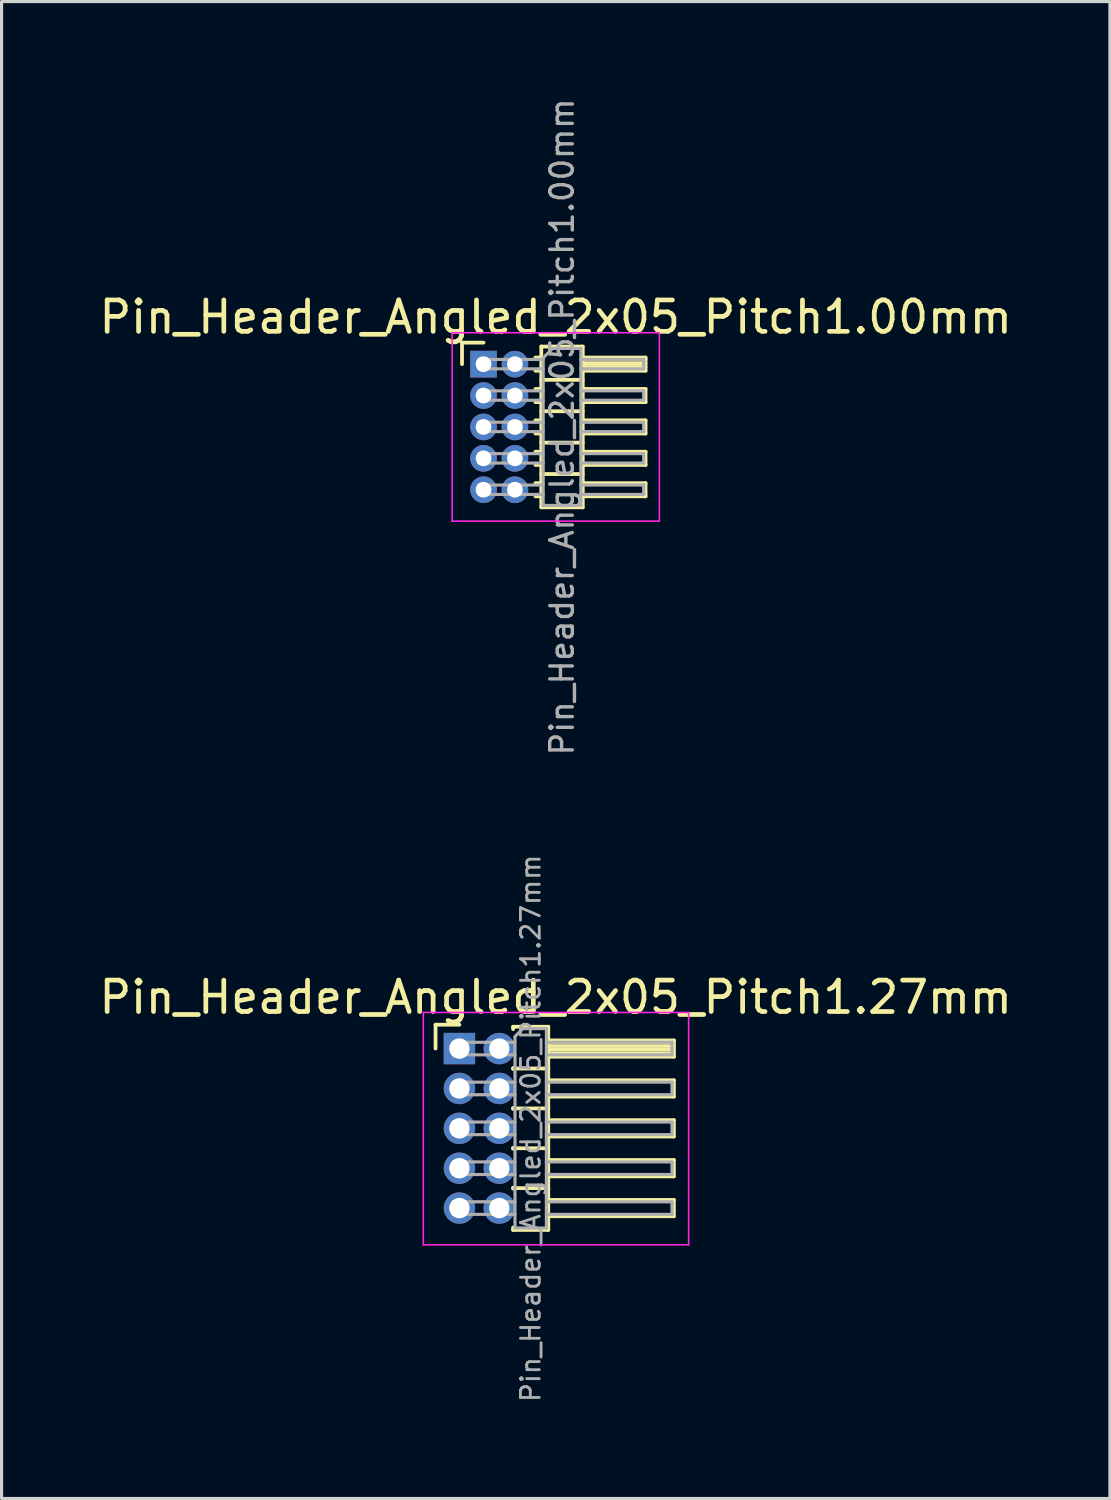
<source format=kicad_pcb>
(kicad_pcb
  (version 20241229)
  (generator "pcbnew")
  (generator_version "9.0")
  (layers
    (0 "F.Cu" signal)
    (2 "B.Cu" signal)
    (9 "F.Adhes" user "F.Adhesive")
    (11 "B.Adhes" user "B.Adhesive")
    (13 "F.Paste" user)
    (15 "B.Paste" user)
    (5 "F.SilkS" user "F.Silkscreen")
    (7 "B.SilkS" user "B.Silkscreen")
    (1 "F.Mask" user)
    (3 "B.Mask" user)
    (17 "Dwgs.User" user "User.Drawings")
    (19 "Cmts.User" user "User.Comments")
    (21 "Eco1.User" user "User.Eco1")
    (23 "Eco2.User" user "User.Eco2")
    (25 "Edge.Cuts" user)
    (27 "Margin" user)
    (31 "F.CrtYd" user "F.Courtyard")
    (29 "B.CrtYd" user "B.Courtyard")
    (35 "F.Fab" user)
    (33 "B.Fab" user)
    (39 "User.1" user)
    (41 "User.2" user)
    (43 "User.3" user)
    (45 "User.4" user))
  (footprint "Pin_Header_Angled_2x05_Pitch1.27mm"
    (layer "F.Cu")
    (at 11.581 30.344)
    (property "Reference" "Pin_Header_Angled_2x05_Pitch1.27mm" (at 3.067 -1.635 0) (layer "F.SilkS") (effects (font (size 1 1) (thickness 0.15))))
    (attr through_hole)
    (fp_line (start -0.76 -0.76) (end 0 -0.76) (stroke (width 0.12) (type solid)) (layer "F.SilkS"))
    (fp_line (start -0.76 0) (end -0.76 -0.76) (stroke (width 0.12) (type solid)) (layer "F.SilkS"))
    (fp_line (start 1.71 -0.695) (end 2.83 -0.695) (stroke (width 0.12) (type solid)) (layer "F.SilkS"))
    (fp_line (start 1.71 -0.62) (end 1.71 -0.695) (stroke (width 0.12) (type solid)) (layer "F.SilkS"))
    (fp_line (start 1.71 0.62) (end 1.71 0.65) (stroke (width 0.12) (type solid)) (layer "F.SilkS"))
    (fp_line (start 1.71 0.635) (end 2.83 0.635) (stroke (width 0.12) (type solid)) (layer "F.SilkS"))
    (fp_line (start 1.71 1.89) (end 1.71 1.92) (stroke (width 0.12) (type solid)) (layer "F.SilkS"))
    (fp_line (start 1.71 1.905) (end 2.83 1.905) (stroke (width 0.12) (type solid)) (layer "F.SilkS"))
    (fp_line (start 1.71 3.16) (end 1.71 3.19) (stroke (width 0.12) (type solid)) (layer "F.SilkS"))
    (fp_line (start 1.71 3.175) (end 2.83 3.175) (stroke (width 0.12) (type solid)) (layer "F.SilkS"))
    (fp_line (start 1.71 4.43) (end 1.71 4.46) (stroke (width 0.12) (type solid)) (layer "F.SilkS"))
    (fp_line (start 1.71 4.445) (end 2.83 4.445) (stroke (width 0.12) (type solid)) (layer "F.SilkS"))
    (fp_line (start 1.71 5.775) (end 1.71 5.7) (stroke (width 0.12) (type solid)) (layer "F.SilkS"))
    (fp_line (start 2.83 -0.695) (end 2.83 5.775) (stroke (width 0.12) (type solid)) (layer "F.SilkS"))
    (fp_line (start 2.83 -0.26) (end 6.83 -0.26) (stroke (width 0.12) (type solid)) (layer "F.SilkS"))
    (fp_line (start 2.83 -0.2) (end 6.83 -0.2) (stroke (width 0.12) (type solid)) (layer "F.SilkS"))
    (fp_line (start 2.83 -0.08) (end 6.83 -0.08) (stroke (width 0.12) (type solid)) (layer "F.SilkS"))
    (fp_line (start 2.83 0.04) (end 6.83 0.04) (stroke (width 0.12) (type solid)) (layer "F.SilkS"))
    (fp_line (start 2.83 0.16) (end 6.83 0.16) (stroke (width 0.12) (type solid)) (layer "F.SilkS"))
    (fp_line (start 2.83 1.01) (end 6.83 1.01) (stroke (width 0.12) (type solid)) (layer "F.SilkS"))
    (fp_line (start 2.83 2.28) (end 6.83 2.28) (stroke (width 0.12) (type solid)) (layer "F.SilkS"))
    (fp_line (start 2.83 3.55) (end 6.83 3.55) (stroke (width 0.12) (type solid)) (layer "F.SilkS"))
    (fp_line (start 2.83 4.82) (end 6.83 4.82) (stroke (width 0.12) (type solid)) (layer "F.SilkS"))
    (fp_line (start 2.83 5.775) (end 1.71 5.775) (stroke (width 0.12) (type solid)) (layer "F.SilkS"))
    (fp_line (start 6.83 -0.26) (end 6.83 0.26) (stroke (width 0.12) (type solid)) (layer "F.SilkS"))
    (fp_line (start 6.83 0.26) (end 2.83 0.26) (stroke (width 0.12) (type solid)) (layer "F.SilkS"))
    (fp_line (start 6.83 1.01) (end 6.83 1.53) (stroke (width 0.12) (type solid)) (layer "F.SilkS"))
    (fp_line (start 6.83 1.53) (end 2.83 1.53) (stroke (width 0.12) (type solid)) (layer "F.SilkS"))
    (fp_line (start 6.83 2.28) (end 6.83 2.8) (stroke (width 0.12) (type solid)) (layer "F.SilkS"))
    (fp_line (start 6.83 2.8) (end 2.83 2.8) (stroke (width 0.12) (type solid)) (layer "F.SilkS"))
    (fp_line (start 6.83 3.55) (end 6.83 4.07) (stroke (width 0.12) (type solid)) (layer "F.SilkS"))
    (fp_line (start 6.83 4.07) (end 2.83 4.07) (stroke (width 0.12) (type solid)) (layer "F.SilkS"))
    (fp_line (start 6.83 4.82) (end 6.83 5.34) (stroke (width 0.12) (type solid)) (layer "F.SilkS"))
    (fp_line (start 6.83 5.34) (end 2.83 5.34) (stroke (width 0.12) (type solid)) (layer "F.SilkS"))
    (fp_line (start -1.15 -1.15) (end -1.15 6.25) (stroke (width 0.05) (type solid)) (layer "F.CrtYd"))
    (fp_line (start -1.15 6.25) (end 7.3 6.25) (stroke (width 0.05) (type solid)) (layer "F.CrtYd"))
    (fp_line (start 7.3 -1.15) (end -1.15 -1.15) (stroke (width 0.05) (type solid)) (layer "F.CrtYd"))
    (fp_line (start 7.3 6.25) (end 7.3 -1.15) (stroke (width 0.05) (type solid)) (layer "F.CrtYd"))
    (fp_line (start -0.2 -0.2) (end -0.2 0.2) (stroke (width 0.1) (type solid)) (layer "F.Fab"))
    (fp_line (start -0.2 -0.2) (end 1.77 -0.2) (stroke (width 0.1) (type solid)) (layer "F.Fab"))
    (fp_line (start -0.2 0.2) (end 1.77 0.2) (stroke (width 0.1) (type solid)) (layer "F.Fab"))
    (fp_line (start -0.2 1.07) (end -0.2 1.47) (stroke (width 0.1) (type solid)) (layer "F.Fab"))
    (fp_line (start -0.2 1.07) (end 1.77 1.07) (stroke (width 0.1) (type solid)) (layer "F.Fab"))
    (fp_line (start -0.2 1.47) (end 1.77 1.47) (stroke (width 0.1) (type solid)) (layer "F.Fab"))
    (fp_line (start -0.2 2.34) (end -0.2 2.74) (stroke (width 0.1) (type solid)) (layer "F.Fab"))
    (fp_line (start -0.2 2.34) (end 1.77 2.34) (stroke (width 0.1) (type solid)) (layer "F.Fab"))
    (fp_line (start -0.2 2.74) (end 1.77 2.74) (stroke (width 0.1) (type solid)) (layer "F.Fab"))
    (fp_line (start -0.2 3.61) (end -0.2 4.01) (stroke (width 0.1) (type solid)) (layer "F.Fab"))
    (fp_line (start -0.2 3.61) (end 1.77 3.61) (stroke (width 0.1) (type solid)) (layer "F.Fab"))
    (fp_line (start -0.2 4.01) (end 1.77 4.01) (stroke (width 0.1) (type solid)) (layer "F.Fab"))
    (fp_line (start -0.2 4.88) (end -0.2 5.28) (stroke (width 0.1) (type solid)) (layer "F.Fab"))
    (fp_line (start -0.2 4.88) (end 1.77 4.88) (stroke (width 0.1) (type solid)) (layer "F.Fab"))
    (fp_line (start -0.2 5.28) (end 1.77 5.28) (stroke (width 0.1) (type solid)) (layer "F.Fab"))
    (fp_line (start 1.77 -0.385) (end 2.02 -0.635) (stroke (width 0.1) (type solid)) (layer "F.Fab"))
    (fp_line (start 1.77 5.715) (end 1.77 -0.385) (stroke (width 0.1) (type solid)) (layer "F.Fab"))
    (fp_line (start 2.02 -0.635) (end 2.77 -0.635) (stroke (width 0.1) (type solid)) (layer "F.Fab"))
    (fp_line (start 2.77 -0.635) (end 2.77 5.715) (stroke (width 0.1) (type solid)) (layer "F.Fab"))
    (fp_line (start 2.77 -0.2) (end 6.77 -0.2) (stroke (width 0.1) (type solid)) (layer "F.Fab"))
    (fp_line (start 2.77 0.2) (end 6.77 0.2) (stroke (width 0.1) (type solid)) (layer "F.Fab"))
    (fp_line (start 2.77 1.07) (end 6.77 1.07) (stroke (width 0.1) (type solid)) (layer "F.Fab"))
    (fp_line (start 2.77 1.47) (end 6.77 1.47) (stroke (width 0.1) (type solid)) (layer "F.Fab"))
    (fp_line (start 2.77 2.34) (end 6.77 2.34) (stroke (width 0.1) (type solid)) (layer "F.Fab"))
    (fp_line (start 2.77 2.74) (end 6.77 2.74) (stroke (width 0.1) (type solid)) (layer "F.Fab"))
    (fp_line (start 2.77 3.61) (end 6.77 3.61) (stroke (width 0.1) (type solid)) (layer "F.Fab"))
    (fp_line (start 2.77 4.01) (end 6.77 4.01) (stroke (width 0.1) (type solid)) (layer "F.Fab"))
    (fp_line (start 2.77 4.88) (end 6.77 4.88) (stroke (width 0.1) (type solid)) (layer "F.Fab"))
    (fp_line (start 2.77 5.28) (end 6.77 5.28) (stroke (width 0.1) (type solid)) (layer "F.Fab"))
    (fp_line (start 2.77 5.715) (end 1.77 5.715) (stroke (width 0.1) (type solid)) (layer "F.Fab"))
    (fp_line (start 6.77 -0.2) (end 6.77 0.2) (stroke (width 0.1) (type solid)) (layer "F.Fab"))
    (fp_line (start 6.77 1.07) (end 6.77 1.47) (stroke (width 0.1) (type solid)) (layer "F.Fab"))
    (fp_line (start 6.77 2.34) (end 6.77 2.74) (stroke (width 0.1) (type solid)) (layer "F.Fab"))
    (fp_line (start 6.77 3.61) (end 6.77 4.01) (stroke (width 0.1) (type solid)) (layer "F.Fab"))
    (fp_line (start 6.77 4.88) (end 6.77 5.28) (stroke (width 0.1) (type solid)) (layer "F.Fab"))
    (fp_text user "${REFERENCE}" (at 2.27 2.54 90) (layer "F.Fab") (effects (font (size 0.6 0.6) (thickness 0.09))))
    (pad "1" thru_hole rect (at 0 0) (size 1 1) (drill 0.65) (layers "*.Cu" "*.Mask"))
    (pad "2" thru_hole oval (at 1.27 0) (size 1 1) (drill 0.65) (layers "*.Cu" "*.Mask"))
    (pad "3" thru_hole oval (at 0 1.27) (size 1 1) (drill 0.65) (layers "*.Cu" "*.Mask"))
    (pad "4" thru_hole oval (at 1.27 1.27) (size 1 1) (drill 0.65) (layers "*.Cu" "*.Mask"))
    (pad "5" thru_hole oval (at 0 2.54) (size 1 1) (drill 0.65) (layers "*.Cu" "*.Mask"))
    (pad "6" thru_hole oval (at 1.27 2.54) (size 1 1) (drill 0.65) (layers "*.Cu" "*.Mask"))
    (pad "7" thru_hole oval (at 0 3.81) (size 1 1) (drill 0.65) (layers "*.Cu" "*.Mask"))
    (pad "8" thru_hole oval (at 1.27 3.81) (size 1 1) (drill 0.65) (layers "*.Cu" "*.Mask"))
    (pad "9" thru_hole oval (at 0 5.08) (size 1 1) (drill 0.65) (layers "*.Cu" "*.Mask"))
    (pad "10" thru_hole oval (at 1.27 5.08) (size 1 1) (drill 0.65) (layers "*.Cu" "*.Mask")))
  (footprint "Pin_Header_Angled_2x05_Pitch1.00mm"
    (layer "F.Cu")
    (at 12.349 8.547)
    (property "Reference" "Pin_Header_Angled_2x05_Pitch1.00mm" (at 2.3 -1.5 0) (layer "F.SilkS") (effects (font (size 1 1) (thickness 0.15))))
    (attr through_hole)
    (fp_line (start -0.685 -0.685) (end 0 -0.685) (stroke (width 0.12) (type solid)) (layer "F.SilkS"))
    (fp_line (start -0.685 0) (end -0.685 -0.685) (stroke (width 0.12) (type solid)) (layer "F.SilkS"))
    (fp_line (start 1.652 -0.21) (end 1.84 -0.21) (stroke (width 0.12) (type solid)) (layer "F.SilkS"))
    (fp_line (start 1.652 0.21) (end 1.84 0.21) (stroke (width 0.12) (type solid)) (layer "F.SilkS"))
    (fp_line (start 1.652 0.79) (end 1.84 0.79) (stroke (width 0.12) (type solid)) (layer "F.SilkS"))
    (fp_line (start 1.652 1.21) (end 1.84 1.21) (stroke (width 0.12) (type solid)) (layer "F.SilkS"))
    (fp_line (start 1.652 1.79) (end 1.84 1.79) (stroke (width 0.12) (type solid)) (layer "F.SilkS"))
    (fp_line (start 1.652 2.21) (end 1.84 2.21) (stroke (width 0.12) (type solid)) (layer "F.SilkS"))
    (fp_line (start 1.652 2.79) (end 1.84 2.79) (stroke (width 0.12) (type solid)) (layer "F.SilkS"))
    (fp_line (start 1.652 3.21) (end 1.84 3.21) (stroke (width 0.12) (type solid)) (layer "F.SilkS"))
    (fp_line (start 1.652 3.79) (end 1.84 3.79) (stroke (width 0.12) (type solid)) (layer "F.SilkS"))
    (fp_line (start 1.652 4.21) (end 1.84 4.21) (stroke (width 0.12) (type solid)) (layer "F.SilkS"))
    (fp_line (start 1.84 -0.56) (end 1.84 4.56) (stroke (width 0.12) (type solid)) (layer "F.SilkS"))
    (fp_line (start 1.84 0.5) (end 3.16 0.5) (stroke (width 0.12) (type solid)) (layer "F.SilkS"))
    (fp_line (start 1.84 1.5) (end 3.16 1.5) (stroke (width 0.12) (type solid)) (layer "F.SilkS"))
    (fp_line (start 1.84 2.5) (end 3.16 2.5) (stroke (width 0.12) (type solid)) (layer "F.SilkS"))
    (fp_line (start 1.84 3.5) (end 3.16 3.5) (stroke (width 0.12) (type solid)) (layer "F.SilkS"))
    (fp_line (start 1.84 4.56) (end 3.16 4.56) (stroke (width 0.12) (type solid)) (layer "F.SilkS"))
    (fp_line (start 3.16 -0.56) (end 1.84 -0.56) (stroke (width 0.12) (type solid)) (layer "F.SilkS"))
    (fp_line (start 3.16 -0.21) (end 5.16 -0.21) (stroke (width 0.12) (type solid)) (layer "F.SilkS"))
    (fp_line (start 3.16 -0.15) (end 5.16 -0.15) (stroke (width 0.12) (type solid)) (layer "F.SilkS"))
    (fp_line (start 3.16 -0.03) (end 5.16 -0.03) (stroke (width 0.12) (type solid)) (layer "F.SilkS"))
    (fp_line (start 3.16 0.09) (end 5.16 0.09) (stroke (width 0.12) (type solid)) (layer "F.SilkS"))
    (fp_line (start 3.16 0.79) (end 5.16 0.79) (stroke (width 0.12) (type solid)) (layer "F.SilkS"))
    (fp_line (start 3.16 1.79) (end 5.16 1.79) (stroke (width 0.12) (type solid)) (layer "F.SilkS"))
    (fp_line (start 3.16 2.79) (end 5.16 2.79) (stroke (width 0.12) (type solid)) (layer "F.SilkS"))
    (fp_line (start 3.16 3.79) (end 5.16 3.79) (stroke (width 0.12) (type solid)) (layer "F.SilkS"))
    (fp_line (start 3.16 4.56) (end 3.16 -0.56) (stroke (width 0.12) (type solid)) (layer "F.SilkS"))
    (fp_line (start 5.16 -0.21) (end 5.16 0.21) (stroke (width 0.12) (type solid)) (layer "F.SilkS"))
    (fp_line (start 5.16 0.21) (end 3.16 0.21) (stroke (width 0.12) (type solid)) (layer "F.SilkS"))
    (fp_line (start 5.16 0.79) (end 5.16 1.21) (stroke (width 0.12) (type solid)) (layer "F.SilkS"))
    (fp_line (start 5.16 1.21) (end 3.16 1.21) (stroke (width 0.12) (type solid)) (layer "F.SilkS"))
    (fp_line (start 5.16 1.79) (end 5.16 2.21) (stroke (width 0.12) (type solid)) (layer "F.SilkS"))
    (fp_line (start 5.16 2.21) (end 3.16 2.21) (stroke (width 0.12) (type solid)) (layer "F.SilkS"))
    (fp_line (start 5.16 2.79) (end 5.16 3.21) (stroke (width 0.12) (type solid)) (layer "F.SilkS"))
    (fp_line (start 5.16 3.21) (end 3.16 3.21) (stroke (width 0.12) (type solid)) (layer "F.SilkS"))
    (fp_line (start 5.16 3.79) (end 5.16 4.21) (stroke (width 0.12) (type solid)) (layer "F.SilkS"))
    (fp_line (start 5.16 4.21) (end 3.16 4.21) (stroke (width 0.12) (type solid)) (layer "F.SilkS"))
    (fp_line (start -1 -1) (end -1 5) (stroke (width 0.05) (type solid)) (layer "F.CrtYd"))
    (fp_line (start -1 5) (end 5.6 5) (stroke (width 0.05) (type solid)) (layer "F.CrtYd"))
    (fp_line (start 5.6 -1) (end -1 -1) (stroke (width 0.05) (type solid)) (layer "F.CrtYd"))
    (fp_line (start 5.6 5) (end 5.6 -1) (stroke (width 0.05) (type solid)) (layer "F.CrtYd"))
    (fp_line (start -0.15 -0.15) (end -0.15 0.15) (stroke (width 0.1) (type solid)) (layer "F.Fab"))
    (fp_line (start -0.15 -0.15) (end 1.9 -0.15) (stroke (width 0.1) (type solid)) (layer "F.Fab"))
    (fp_line (start -0.15 0.15) (end 1.9 0.15) (stroke (width 0.1) (type solid)) (layer "F.Fab"))
    (fp_line (start -0.15 0.85) (end -0.15 1.15) (stroke (width 0.1) (type solid)) (layer "F.Fab"))
    (fp_line (start -0.15 0.85) (end 1.9 0.85) (stroke (width 0.1) (type solid)) (layer "F.Fab"))
    (fp_line (start -0.15 1.15) (end 1.9 1.15) (stroke (width 0.1) (type solid)) (layer "F.Fab"))
    (fp_line (start -0.15 1.85) (end -0.15 2.15) (stroke (width 0.1) (type solid)) (layer "F.Fab"))
    (fp_line (start -0.15 1.85) (end 1.9 1.85) (stroke (width 0.1) (type solid)) (layer "F.Fab"))
    (fp_line (start -0.15 2.15) (end 1.9 2.15) (stroke (width 0.1) (type solid)) (layer "F.Fab"))
    (fp_line (start -0.15 2.85) (end -0.15 3.15) (stroke (width 0.1) (type solid)) (layer "F.Fab"))
    (fp_line (start -0.15 2.85) (end 1.9 2.85) (stroke (width 0.1) (type solid)) (layer "F.Fab"))
    (fp_line (start -0.15 3.15) (end 1.9 3.15) (stroke (width 0.1) (type solid)) (layer "F.Fab"))
    (fp_line (start -0.15 3.85) (end -0.15 4.15) (stroke (width 0.1) (type solid)) (layer "F.Fab"))
    (fp_line (start -0.15 3.85) (end 1.9 3.85) (stroke (width 0.1) (type solid)) (layer "F.Fab"))
    (fp_line (start -0.15 4.15) (end 1.9 4.15) (stroke (width 0.1) (type solid)) (layer "F.Fab"))
    (fp_line (start 1.9 -0.2) (end 2.2 -0.5) (stroke (width 0.1) (type solid)) (layer "F.Fab"))
    (fp_line (start 1.9 4.5) (end 1.9 -0.2) (stroke (width 0.1) (type solid)) (layer "F.Fab"))
    (fp_line (start 2.2 -0.5) (end 3.1 -0.5) (stroke (width 0.1) (type solid)) (layer "F.Fab"))
    (fp_line (start 3.1 -0.5) (end 3.1 4.5) (stroke (width 0.1) (type solid)) (layer "F.Fab"))
    (fp_line (start 3.1 -0.15) (end 5.1 -0.15) (stroke (width 0.1) (type solid)) (layer "F.Fab"))
    (fp_line (start 3.1 0.15) (end 5.1 0.15) (stroke (width 0.1) (type solid)) (layer "F.Fab"))
    (fp_line (start 3.1 0.85) (end 5.1 0.85) (stroke (width 0.1) (type solid)) (layer "F.Fab"))
    (fp_line (start 3.1 1.15) (end 5.1 1.15) (stroke (width 0.1) (type solid)) (layer "F.Fab"))
    (fp_line (start 3.1 1.85) (end 5.1 1.85) (stroke (width 0.1) (type solid)) (layer "F.Fab"))
    (fp_line (start 3.1 2.15) (end 5.1 2.15) (stroke (width 0.1) (type solid)) (layer "F.Fab"))
    (fp_line (start 3.1 2.85) (end 5.1 2.85) (stroke (width 0.1) (type solid)) (layer "F.Fab"))
    (fp_line (start 3.1 3.15) (end 5.1 3.15) (stroke (width 0.1) (type solid)) (layer "F.Fab"))
    (fp_line (start 3.1 3.85) (end 5.1 3.85) (stroke (width 0.1) (type solid)) (layer "F.Fab"))
    (fp_line (start 3.1 4.15) (end 5.1 4.15) (stroke (width 0.1) (type solid)) (layer "F.Fab"))
    (fp_line (start 3.1 4.5) (end 1.9 4.5) (stroke (width 0.1) (type solid)) (layer "F.Fab"))
    (fp_line (start 5.1 -0.15) (end 5.1 0.15) (stroke (width 0.1) (type solid)) (layer "F.Fab"))
    (fp_line (start 5.1 0.85) (end 5.1 1.15) (stroke (width 0.1) (type solid)) (layer "F.Fab"))
    (fp_line (start 5.1 1.85) (end 5.1 2.15) (stroke (width 0.1) (type solid)) (layer "F.Fab"))
    (fp_line (start 5.1 2.85) (end 5.1 3.15) (stroke (width 0.1) (type solid)) (layer "F.Fab"))
    (fp_line (start 5.1 3.85) (end 5.1 4.15) (stroke (width 0.1) (type solid)) (layer "F.Fab"))
    (fp_text user "${REFERENCE}" (at 2.5 2 90) (layer "F.Fab") (effects (font (size 0.72 0.72) (thickness 0.108))))
    (pad "1" thru_hole rect (at 0 0) (size 0.85 0.85) (drill 0.5) (layers "*.Cu" "*.Mask"))
    (pad "2" thru_hole oval (at 1 0) (size 0.85 0.85) (drill 0.5) (layers "*.Cu" "*.Mask"))
    (pad "3" thru_hole oval (at 0 1) (size 0.85 0.85) (drill 0.5) (layers "*.Cu" "*.Mask"))
    (pad "4" thru_hole oval (at 1 1) (size 0.85 0.85) (drill 0.5) (layers "*.Cu" "*.Mask"))
    (pad "5" thru_hole oval (at 0 2) (size 0.85 0.85) (drill 0.5) (layers "*.Cu" "*.Mask"))
    (pad "6" thru_hole oval (at 1 2) (size 0.85 0.85) (drill 0.5) (layers "*.Cu" "*.Mask"))
    (pad "7" thru_hole oval (at 0 3) (size 0.85 0.85) (drill 0.5) (layers "*.Cu" "*.Mask"))
    (pad "8" thru_hole oval (at 1 3) (size 0.85 0.85) (drill 0.5) (layers "*.Cu" "*.Mask"))
    (pad "9" thru_hole oval (at 0 4) (size 0.85 0.85) (drill 0.5) (layers "*.Cu" "*.Mask"))
    (pad "10" thru_hole oval (at 1 4) (size 0.85 0.85) (drill 0.5) (layers "*.Cu" "*.Mask")))
  (gr_rect
    (start -3 -3)
    (end 32.298 44.673)
    (stroke (width 0.1) (type default))
    (fill no)
    (layer "Edge.Cuts")))
</source>
